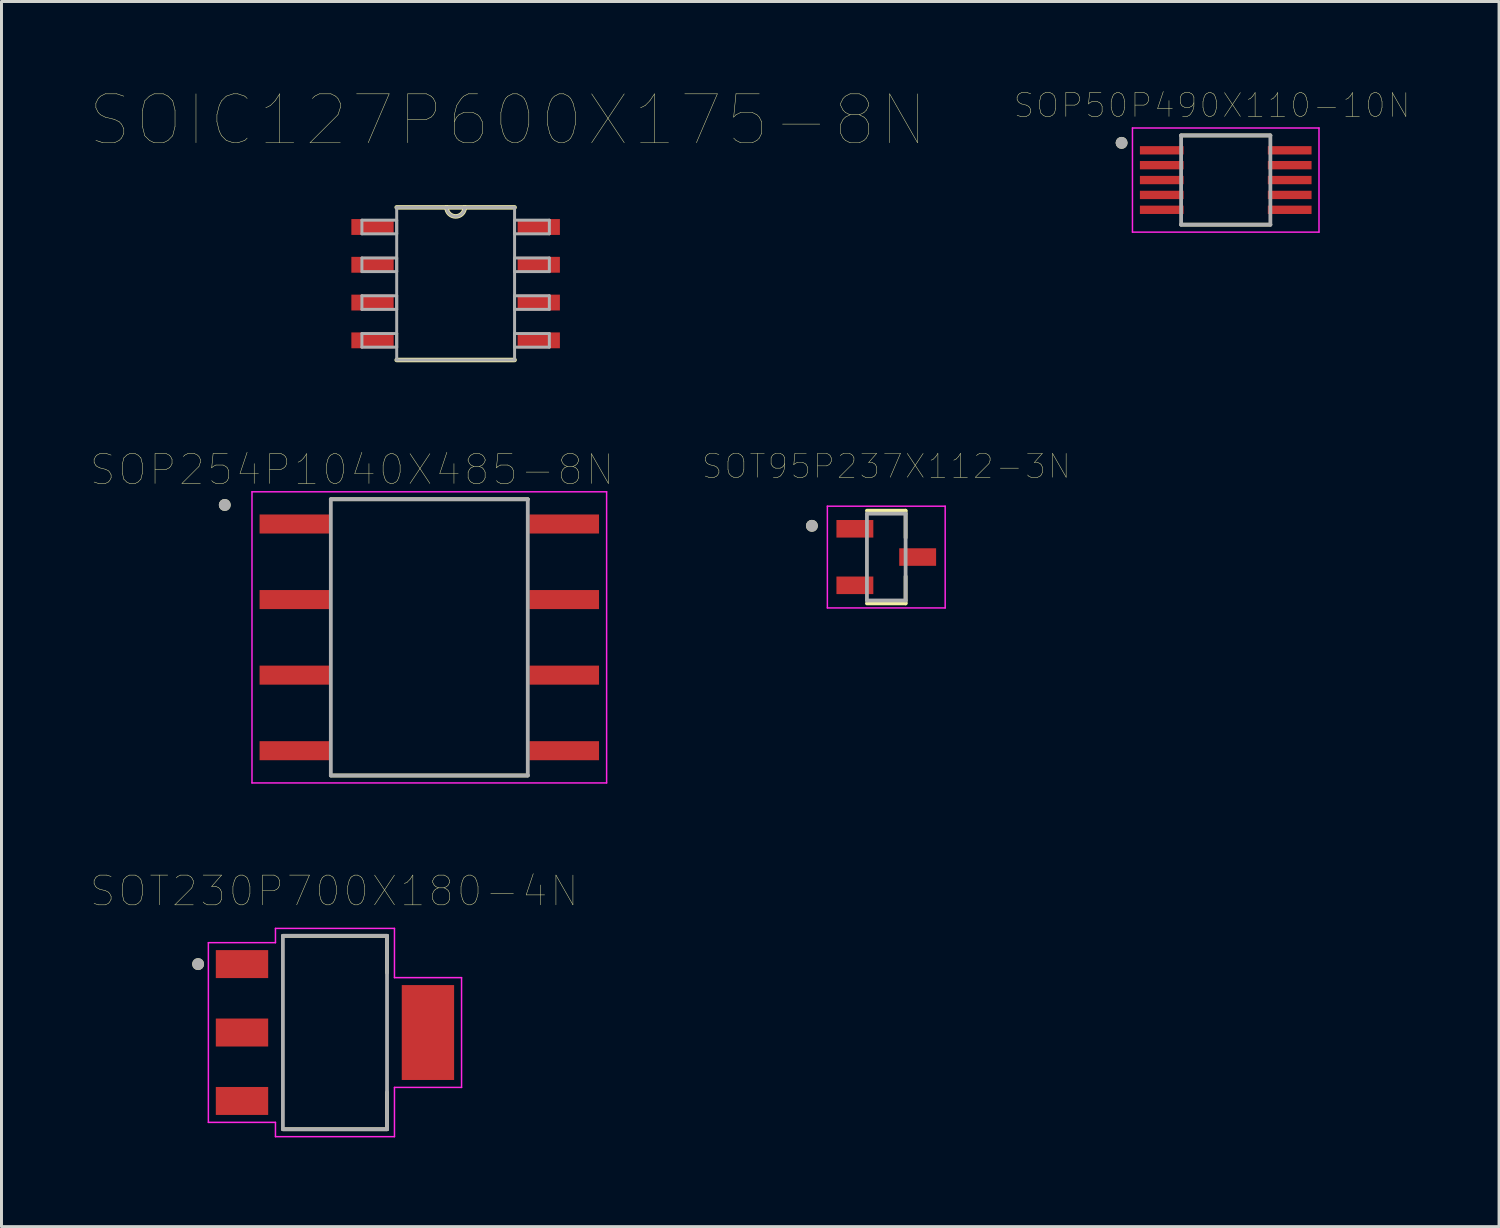
<source format=kicad_pcb>
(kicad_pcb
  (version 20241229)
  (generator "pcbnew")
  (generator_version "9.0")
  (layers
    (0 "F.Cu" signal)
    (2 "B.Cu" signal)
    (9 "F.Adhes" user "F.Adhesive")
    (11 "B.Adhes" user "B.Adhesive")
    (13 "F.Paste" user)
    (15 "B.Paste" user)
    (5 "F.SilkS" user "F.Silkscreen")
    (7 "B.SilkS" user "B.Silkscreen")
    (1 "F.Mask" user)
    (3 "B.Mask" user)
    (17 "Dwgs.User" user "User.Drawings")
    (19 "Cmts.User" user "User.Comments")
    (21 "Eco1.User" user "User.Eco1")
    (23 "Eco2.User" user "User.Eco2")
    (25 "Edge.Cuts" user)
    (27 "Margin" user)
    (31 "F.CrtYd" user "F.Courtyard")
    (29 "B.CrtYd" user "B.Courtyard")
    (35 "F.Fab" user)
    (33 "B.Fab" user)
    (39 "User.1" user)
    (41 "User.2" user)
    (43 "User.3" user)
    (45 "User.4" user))
  (footprint "SOT230P700X180-4N"
    (layer "F.Cu")
    (at 8.209 31.656)
    (property "Reference" "SOT230P700X180-4N" (at -0.025 -4.754 0) (layer "F.SilkS") (effects (font (size 1 1) (thickness 0.015))))
    (attr through_hole)
    (fp_line (start -1.75 -3.25) (end 1.75 -3.25) (stroke (width 0.127) (type solid)) (layer "F.SilkS"))
    (fp_line (start -1.75 3.25) (end 1.75 3.25) (stroke (width 0.127) (type solid)) (layer "F.SilkS"))
    (fp_line (start 1.75 -3.25) (end 1.75 -2.01) (stroke (width 0.127) (type solid)) (layer "F.SilkS"))
    (fp_line (start 1.75 3.25) (end 1.75 2.01) (stroke (width 0.127) (type solid)) (layer "F.SilkS"))
    (fp_circle (center -4.6 -2.3) (end -4.5 -2.3) (stroke (width 0.2) (type solid)) (fill no) (layer "F.SilkS"))
    (fp_line (start -4.255 -3.02) (end -4.255 3.02) (stroke (width 0.05) (type solid)) (layer "F.CrtYd"))
    (fp_line (start -4.255 3.02) (end -2 3.02) (stroke (width 0.05) (type solid)) (layer "F.CrtYd"))
    (fp_line (start -2 -3.5) (end -2 -3.02) (stroke (width 0.05) (type solid)) (layer "F.CrtYd"))
    (fp_line (start -2 -3.02) (end -4.255 -3.02) (stroke (width 0.05) (type solid)) (layer "F.CrtYd"))
    (fp_line (start -2 3.02) (end -2 3.5) (stroke (width 0.05) (type solid)) (layer "F.CrtYd"))
    (fp_line (start -2 3.5) (end 2 3.5) (stroke (width 0.05) (type solid)) (layer "F.CrtYd"))
    (fp_line (start 2 -3.5) (end -2 -3.5) (stroke (width 0.05) (type solid)) (layer "F.CrtYd"))
    (fp_line (start 2 -1.845) (end 2 -3.5) (stroke (width 0.05) (type solid)) (layer "F.CrtYd"))
    (fp_line (start 2 1.845) (end 4.255 1.845) (stroke (width 0.05) (type solid)) (layer "F.CrtYd"))
    (fp_line (start 2 3.5) (end 2 1.845) (stroke (width 0.05) (type solid)) (layer "F.CrtYd"))
    (fp_line (start 4.255 -1.845) (end 2 -1.845) (stroke (width 0.05) (type solid)) (layer "F.CrtYd"))
    (fp_line (start 4.255 1.845) (end 4.255 -1.845) (stroke (width 0.05) (type solid)) (layer "F.CrtYd"))
    (fp_line (start -1.75 -3.25) (end -1.75 3.25) (stroke (width 0.127) (type solid)) (layer "F.Fab"))
    (fp_line (start 1.75 -3.25) (end -1.75 -3.25) (stroke (width 0.127) (type solid)) (layer "F.Fab"))
    (fp_line (start 1.75 -3.25) (end 1.75 3.25) (stroke (width 0.127) (type solid)) (layer "F.Fab"))
    (fp_line (start 1.75 3.25) (end -1.75 3.25) (stroke (width 0.127) (type solid)) (layer "F.Fab"))
    (fp_circle (center -4.6 -2.3) (end -4.5 -2.3) (stroke (width 0.2) (type solid)) (fill no) (layer "F.Fab"))
    (pad "1" smd rect (at -3.125 -2.3) (size 1.76 0.94) (layers "F.Cu" "F.Mask" "F.Paste"))
    (pad "2" smd rect (at -3.125 0) (size 1.76 0.94) (layers "F.Cu" "F.Mask" "F.Paste"))
    (pad "3" smd rect (at -3.125 2.3) (size 1.76 0.94) (layers "F.Cu" "F.Mask" "F.Paste"))
    (pad "4" smd rect (at 3.125 0) (size 1.76 3.19) (layers "F.Cu" "F.Mask" "F.Paste")))
  (footprint "SOP254P1040X485-8N"
    (layer "F.Cu")
    (at 11.38 18.373)
    (property "Reference" "SOP254P1040X485-8N" (at -2.6 -5.635 0) (layer "F.SilkS") (effects (font (size 1 1) (thickness 0.015))))
    (attr through_hole)
    (fp_line (start -3.31 -4.643) (end 3.31 -4.643) (stroke (width 0.127) (type solid)) (layer "F.SilkS"))
    (fp_line (start -3.31 4.643) (end 3.31 4.643) (stroke (width 0.127) (type solid)) (layer "F.SilkS"))
    (fp_circle (center -6.875 -4.45) (end -6.775 -4.45) (stroke (width 0.2) (type solid)) (fill no) (layer "F.SilkS"))
    (fp_line (start -5.96 -4.893) (end -5.96 4.893) (stroke (width 0.05) (type solid)) (layer "F.CrtYd"))
    (fp_line (start -5.96 -4.893) (end 5.96 -4.893) (stroke (width 0.05) (type solid)) (layer "F.CrtYd"))
    (fp_line (start -5.96 4.893) (end 5.96 4.893) (stroke (width 0.05) (type solid)) (layer "F.CrtYd"))
    (fp_line (start 5.96 -4.893) (end 5.96 4.893) (stroke (width 0.05) (type solid)) (layer "F.CrtYd"))
    (fp_line (start -3.31 -4.643) (end -3.31 4.643) (stroke (width 0.127) (type solid)) (layer "F.Fab"))
    (fp_line (start -3.31 -4.643) (end 3.31 -4.643) (stroke (width 0.127) (type solid)) (layer "F.Fab"))
    (fp_line (start -3.31 4.643) (end 3.31 4.643) (stroke (width 0.127) (type solid)) (layer "F.Fab"))
    (fp_line (start 3.31 -4.643) (end 3.31 4.643) (stroke (width 0.127) (type solid)) (layer "F.Fab"))
    (fp_circle (center -6.875 -4.45) (end -6.775 -4.45) (stroke (width 0.2) (type solid)) (fill no) (layer "F.Fab"))
    (pad "1" smd rect (at -4.535 -3.81) (size 2.34 0.64) (layers "F.Cu" "F.Mask" "F.Paste"))
    (pad "2" smd rect (at -4.535 -1.27) (size 2.34 0.64) (layers "F.Cu" "F.Mask" "F.Paste"))
    (pad "3" smd rect (at -4.535 1.27) (size 2.34 0.64) (layers "F.Cu" "F.Mask" "F.Paste"))
    (pad "4" smd rect (at -4.535 3.81) (size 2.34 0.64) (layers "F.Cu" "F.Mask" "F.Paste"))
    (pad "5" smd rect (at 4.535 3.81) (size 2.34 0.64) (layers "F.Cu" "F.Mask" "F.Paste"))
    (pad "6" smd rect (at 4.535 1.27) (size 2.34 0.64) (layers "F.Cu" "F.Mask" "F.Paste"))
    (pad "7" smd rect (at 4.535 -1.27) (size 2.34 0.64) (layers "F.Cu" "F.Mask" "F.Paste"))
    (pad "8" smd rect (at 4.535 -3.81) (size 2.34 0.64) (layers "F.Cu" "F.Mask" "F.Paste")))
  (footprint "SOP50P490X110-10N"
    (layer "F.Cu")
    (at 38.15 3.002)
    (property "Reference" "SOP50P490X110-10N" (at -0.46 -2.508 0) (layer "F.SilkS") (effects (font (size 0.8 0.8) (thickness 0.015))))
    (attr through_hole)
    (fp_line (start -1.5 -1.5) (end 1.5 -1.5) (stroke (width 0.127) (type solid)) (layer "F.SilkS"))
    (fp_line (start -1.5 1.5) (end 1.5 1.5) (stroke (width 0.127) (type solid)) (layer "F.SilkS"))
    (fp_circle (center -3.5 -1.25) (end -3.4 -1.25) (stroke (width 0.2) (type solid)) (fill no) (layer "F.SilkS"))
    (fp_line (start -3.135 -1.75) (end -3.135 1.75) (stroke (width 0.05) (type solid)) (layer "F.CrtYd"))
    (fp_line (start -3.135 -1.75) (end 3.135 -1.75) (stroke (width 0.05) (type solid)) (layer "F.CrtYd"))
    (fp_line (start -3.135 1.75) (end 3.135 1.75) (stroke (width 0.05) (type solid)) (layer "F.CrtYd"))
    (fp_line (start 3.135 -1.75) (end 3.135 1.75) (stroke (width 0.05) (type solid)) (layer "F.CrtYd"))
    (fp_line (start -1.5 -1.5) (end -1.5 1.5) (stroke (width 0.127) (type solid)) (layer "F.Fab"))
    (fp_line (start -1.5 -1.5) (end 1.5 -1.5) (stroke (width 0.127) (type solid)) (layer "F.Fab"))
    (fp_line (start -1.5 1.5) (end 1.5 1.5) (stroke (width 0.127) (type solid)) (layer "F.Fab"))
    (fp_line (start 1.5 -1.5) (end 1.5 1.5) (stroke (width 0.127) (type solid)) (layer "F.Fab"))
    (fp_circle (center -3.5 -1.25) (end -3.4 -1.25) (stroke (width 0.2) (type solid)) (fill no) (layer "F.Fab"))
    (pad "1" smd rect (at -2.15 -1) (size 1.47 0.28) (layers "F.Cu" "F.Mask" "F.Paste"))
    (pad "2" smd rect (at -2.15 -0.5) (size 1.47 0.28) (layers "F.Cu" "F.Mask" "F.Paste"))
    (pad "3" smd rect (at -2.15 0) (size 1.47 0.28) (layers "F.Cu" "F.Mask" "F.Paste"))
    (pad "4" smd rect (at -2.15 0.5) (size 1.47 0.28) (layers "F.Cu" "F.Mask" "F.Paste"))
    (pad "5" smd rect (at -2.15 1) (size 1.47 0.28) (layers "F.Cu" "F.Mask" "F.Paste"))
    (pad "6" smd rect (at 2.15 1) (size 1.47 0.28) (layers "F.Cu" "F.Mask" "F.Paste"))
    (pad "7" smd rect (at 2.15 0.5) (size 1.47 0.28) (layers "F.Cu" "F.Mask" "F.Paste"))
    (pad "8" smd rect (at 2.15 0) (size 1.47 0.28) (layers "F.Cu" "F.Mask" "F.Paste"))
    (pad "9" smd rect (at 2.15 -0.5) (size 1.47 0.28) (layers "F.Cu" "F.Mask" "F.Paste"))
    (pad "10" smd rect (at 2.15 -1) (size 1.47 0.28) (layers "F.Cu" "F.Mask" "F.Paste")))
  (footprint "SOT95P237X112-3N"
    (layer "F.Cu")
    (at 26.74 15.674)
    (property "Reference" "SOT95P237X112-3N" (at 0.000005 -3.053 0) (layer "F.SilkS") (effects (font (size 0.801 0.801) (thickness 0.015))))
    (attr through_hole)
    (fp_line (start -0.65 -1.558) (end 0.65 -1.558) (stroke (width 0.127) (type solid)) (layer "F.SilkS"))
    (fp_line (start 0.65 -1.558) (end 0.65 -0.65) (stroke (width 0.127) (type solid)) (layer "F.SilkS"))
    (fp_line (start 0.65 0.65) (end 0.65 1.558) (stroke (width 0.127) (type solid)) (layer "F.SilkS"))
    (fp_line (start 0.65 1.558) (end -0.65 1.558) (stroke (width 0.127) (type solid)) (layer "F.SilkS"))
    (fp_circle (center -2.5 -1.05) (end -2.4 -1.05) (stroke (width 0.2) (type solid)) (fill no) (layer "F.SilkS"))
    (fp_line (start -1.98 -1.71) (end -1.98 1.71) (stroke (width 0.05) (type solid)) (layer "F.CrtYd"))
    (fp_line (start -1.98 1.71) (end 1.98 1.71) (stroke (width 0.05) (type solid)) (layer "F.CrtYd"))
    (fp_line (start 1.98 -1.71) (end -1.98 -1.71) (stroke (width 0.05) (type solid)) (layer "F.CrtYd"))
    (fp_line (start 1.98 1.71) (end 1.98 -1.71) (stroke (width 0.05) (type solid)) (layer "F.CrtYd"))
    (fp_line (start -0.65 -1.46) (end 0.65 -1.46) (stroke (width 0.127) (type solid)) (layer "F.Fab"))
    (fp_line (start -0.65 1.46) (end -0.65 -1.46) (stroke (width 0.127) (type solid)) (layer "F.Fab"))
    (fp_line (start 0.65 -1.46) (end 0.65 1.46) (stroke (width 0.127) (type solid)) (layer "F.Fab"))
    (fp_line (start 0.65 1.46) (end -0.65 1.46) (stroke (width 0.127) (type solid)) (layer "F.Fab"))
    (fp_circle (center -2.5 -1.05) (end -2.4 -1.05) (stroke (width 0.2) (type solid)) (fill no) (layer "F.Fab"))
    (pad "1" smd rect (at -1.055 -0.95) (size 1.24 0.59) (layers "F.Cu" "F.Mask" "F.Paste"))
    (pad "2" smd rect (at -1.055 0.95) (size 1.24 0.59) (layers "F.Cu" "F.Mask" "F.Paste"))
    (pad "3" smd rect (at 1.055 0) (size 1.24 0.59) (layers "F.Cu" "F.Mask" "F.Paste")))
  (footprint "SOIC127P600X175-8N"
    (layer "F.Cu")
    (at 12.265 6.485)
    (property "Reference" "SOIC127P600X175-8N" (at 1.756 -5.497 0) (layer "F.SilkS") (effects (font (size 1.643 1.643) (thickness 0.015))))
    (attr through_hole)
    (fp_line (start -1.981 2.565) (end 1.981 2.565) (stroke (width 0.152) (type solid)) (layer "F.SilkS"))
    (fp_line (start -0.305 -2.565) (end -1.981 -2.565) (stroke (width 0.152) (type solid)) (layer "F.SilkS"))
    (fp_line (start 0.305 -2.565) (end -0.305 -2.565) (stroke (width 0.152) (type solid)) (layer "F.SilkS"))
    (fp_line (start 1.981 -2.565) (end 0.305 -2.565) (stroke (width 0.152) (type solid)) (layer "F.SilkS"))
    (fp_arc (start 0.3048 -2.5654) (mid 0 -2.2606) (end -0.3048 -2.5654) (stroke (width 0.1524) (type solid)) (layer "F.SilkS"))
    (fp_line (start -3.15 -2.134) (end -3.15 -1.676) (stroke (width 0.1) (type solid)) (layer "F.Fab"))
    (fp_line (start -3.15 -1.676) (end -1.981 -1.676) (stroke (width 0.1) (type solid)) (layer "F.Fab"))
    (fp_line (start -3.15 -0.864) (end -3.15 -0.406) (stroke (width 0.1) (type solid)) (layer "F.Fab"))
    (fp_line (start -3.15 -0.406) (end -1.981 -0.406) (stroke (width 0.1) (type solid)) (layer "F.Fab"))
    (fp_line (start -3.15 0.406) (end -3.15 0.864) (stroke (width 0.1) (type solid)) (layer "F.Fab"))
    (fp_line (start -3.15 0.864) (end -1.981 0.864) (stroke (width 0.1) (type solid)) (layer "F.Fab"))
    (fp_line (start -3.15 1.676) (end -3.15 2.134) (stroke (width 0.1) (type solid)) (layer "F.Fab"))
    (fp_line (start -3.15 2.134) (end -1.981 2.134) (stroke (width 0.1) (type solid)) (layer "F.Fab"))
    (fp_line (start -1.981 -2.565) (end -1.981 2.565) (stroke (width 0.1) (type solid)) (layer "F.Fab"))
    (fp_line (start -1.981 -2.134) (end -3.15 -2.134) (stroke (width 0.1) (type solid)) (layer "F.Fab"))
    (fp_line (start -1.981 -1.676) (end -1.981 -2.134) (stroke (width 0.1) (type solid)) (layer "F.Fab"))
    (fp_line (start -1.981 -0.864) (end -3.15 -0.864) (stroke (width 0.1) (type solid)) (layer "F.Fab"))
    (fp_line (start -1.981 -0.406) (end -1.981 -0.864) (stroke (width 0.1) (type solid)) (layer "F.Fab"))
    (fp_line (start -1.981 0.406) (end -3.15 0.406) (stroke (width 0.1) (type solid)) (layer "F.Fab"))
    (fp_line (start -1.981 0.864) (end -1.981 0.406) (stroke (width 0.1) (type solid)) (layer "F.Fab"))
    (fp_line (start -1.981 1.676) (end -3.15 1.676) (stroke (width 0.1) (type solid)) (layer "F.Fab"))
    (fp_line (start -1.981 2.134) (end -1.981 1.676) (stroke (width 0.1) (type solid)) (layer "F.Fab"))
    (fp_line (start -1.981 2.565) (end 1.981 2.565) (stroke (width 0.1) (type solid)) (layer "F.Fab"))
    (fp_line (start -0.305 -2.565) (end -1.981 -2.565) (stroke (width 0.1) (type solid)) (layer "F.Fab"))
    (fp_line (start 0.305 -2.565) (end -0.305 -2.565) (stroke (width 0.1) (type solid)) (layer "F.Fab"))
    (fp_line (start 1.981 -2.565) (end 0.305 -2.565) (stroke (width 0.1) (type solid)) (layer "F.Fab"))
    (fp_line (start 1.981 -2.134) (end 1.981 -1.676) (stroke (width 0.1) (type solid)) (layer "F.Fab"))
    (fp_line (start 1.981 -1.676) (end 3.15 -1.676) (stroke (width 0.1) (type solid)) (layer "F.Fab"))
    (fp_line (start 1.981 -0.864) (end 1.981 -0.406) (stroke (width 0.1) (type solid)) (layer "F.Fab"))
    (fp_line (start 1.981 -0.406) (end 3.15 -0.406) (stroke (width 0.1) (type solid)) (layer "F.Fab"))
    (fp_line (start 1.981 0.406) (end 1.981 0.864) (stroke (width 0.1) (type solid)) (layer "F.Fab"))
    (fp_line (start 1.981 0.864) (end 3.15 0.864) (stroke (width 0.1) (type solid)) (layer "F.Fab"))
    (fp_line (start 1.981 1.676) (end 1.981 2.134) (stroke (width 0.1) (type solid)) (layer "F.Fab"))
    (fp_line (start 1.981 2.134) (end 3.15 2.134) (stroke (width 0.1) (type solid)) (layer "F.Fab"))
    (fp_line (start 1.981 2.565) (end 1.981 -2.565) (stroke (width 0.1) (type solid)) (layer "F.Fab"))
    (fp_line (start 3.15 -2.134) (end 1.981 -2.134) (stroke (width 0.1) (type solid)) (layer "F.Fab"))
    (fp_line (start 3.15 -1.676) (end 3.15 -2.134) (stroke (width 0.1) (type solid)) (layer "F.Fab"))
    (fp_line (start 3.15 -0.864) (end 1.981 -0.864) (stroke (width 0.1) (type solid)) (layer "F.Fab"))
    (fp_line (start 3.15 -0.406) (end 3.15 -0.864) (stroke (width 0.1) (type solid)) (layer "F.Fab"))
    (fp_line (start 3.15 0.406) (end 1.981 0.406) (stroke (width 0.1) (type solid)) (layer "F.Fab"))
    (fp_line (start 3.15 0.864) (end 3.15 0.406) (stroke (width 0.1) (type solid)) (layer "F.Fab"))
    (fp_line (start 3.15 1.676) (end 1.981 1.676) (stroke (width 0.1) (type solid)) (layer "F.Fab"))
    (fp_line (start 3.15 2.134) (end 3.15 1.676) (stroke (width 0.1) (type solid)) (layer "F.Fab"))
    (fp_arc (start 0.3048 -2.5654) (mid 0 -2.2606) (end -0.3048 -2.5654) (stroke (width 0.1) (type solid)) (layer "F.Fab"))
    (pad "1" smd rect (at -2.794 -1.905) (size 1.422 0.533) (layers "F.Cu" "F.Mask" "F.Paste"))
    (pad "2" smd rect (at -2.794 -0.635) (size 1.422 0.533) (layers "F.Cu" "F.Mask" "F.Paste"))
    (pad "3" smd rect (at -2.794 0.635) (size 1.422 0.533) (layers "F.Cu" "F.Mask" "F.Paste"))
    (pad "4" smd rect (at -2.794 1.905) (size 1.422 0.533) (layers "F.Cu" "F.Mask" "F.Paste"))
    (pad "5" smd rect (at 2.794 1.905) (size 1.422 0.533) (layers "F.Cu" "F.Mask" "F.Paste"))
    (pad "6" smd rect (at 2.794 0.635) (size 1.422 0.533) (layers "F.Cu" "F.Mask" "F.Paste"))
    (pad "7" smd rect (at 2.794 -0.635) (size 1.422 0.533) (layers "F.Cu" "F.Mask" "F.Paste"))
    (pad "8" smd rect (at 2.794 -1.905) (size 1.422 0.533) (layers "F.Cu" "F.Mask" "F.Paste")))
  (gr_rect
    (start -3 -3)
    (end 47.337 38.181)
    (stroke (width 0.1) (type default))
    (fill no)
    (layer "Edge.Cuts")))
</source>
